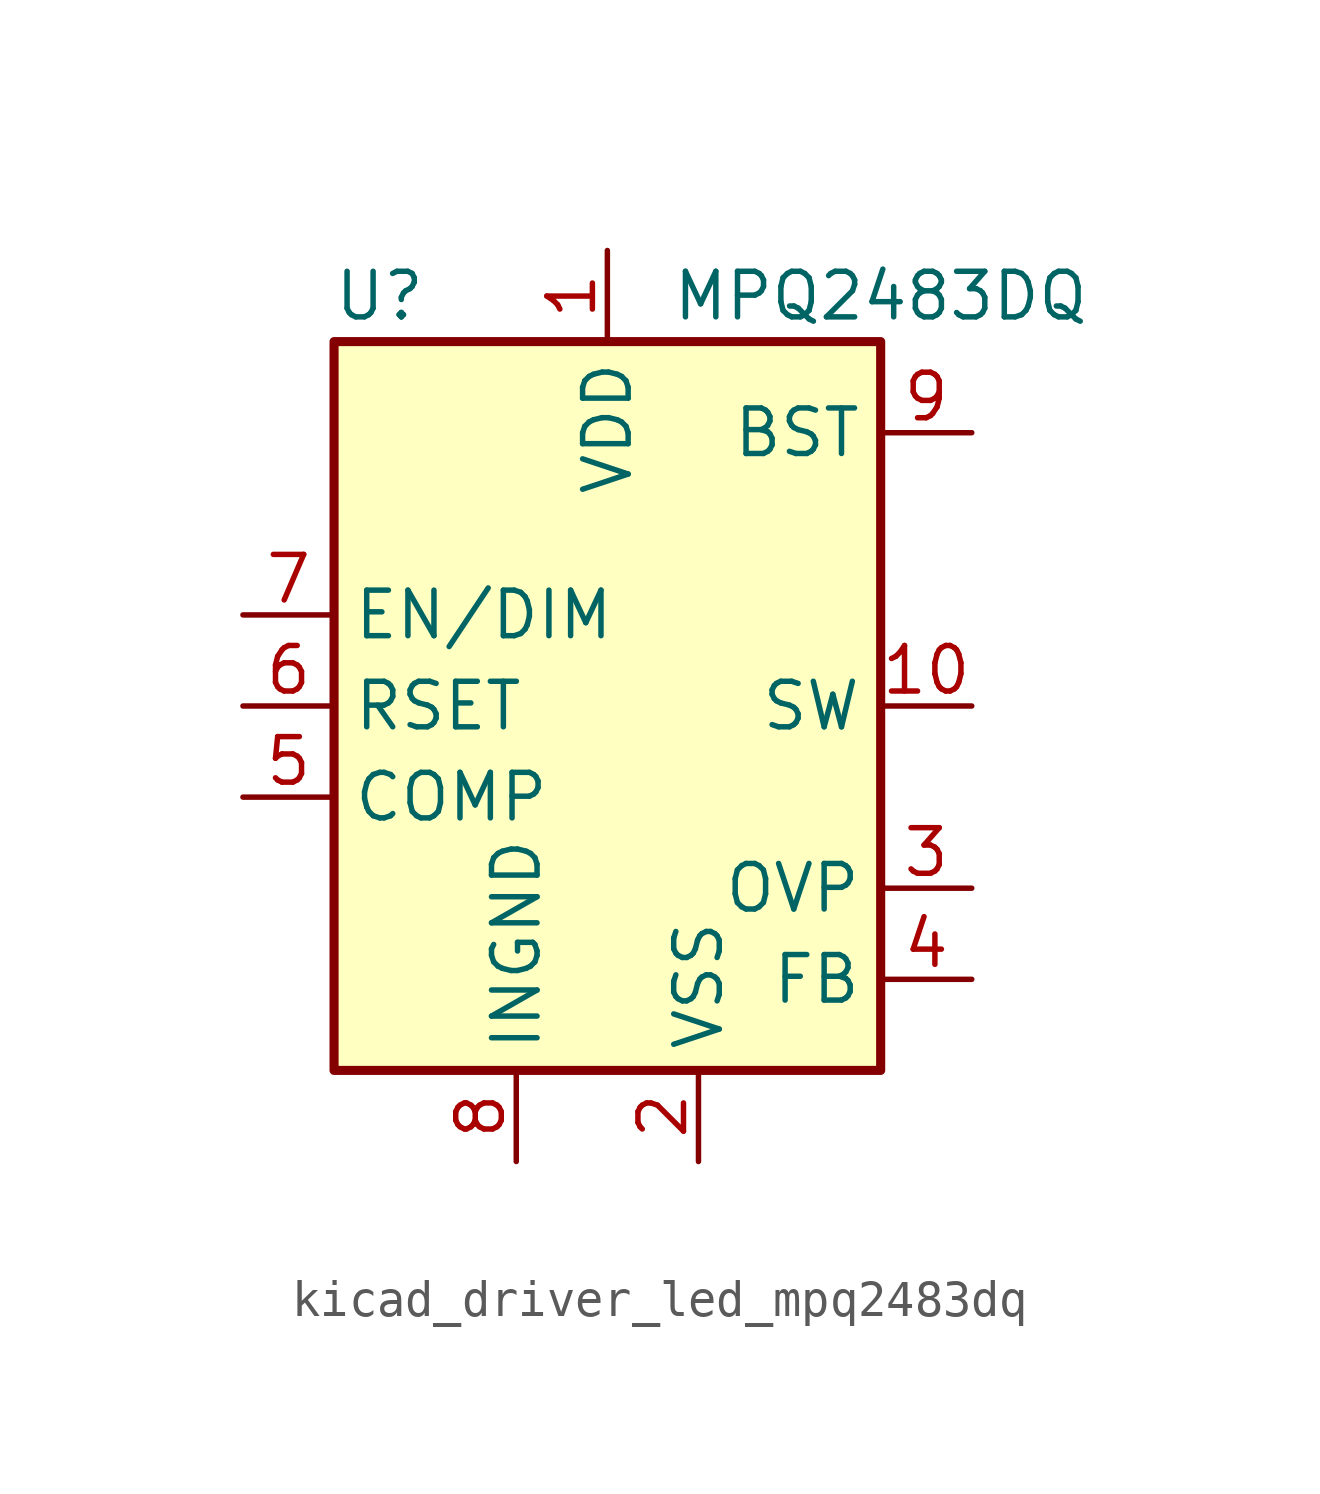
<source format=kicad_sym>
(kicad_symbol_lib
  (version 20220914)
  (generator kicad_symbol_editor)
  (symbol "kicad_driver_led_mpq2483dq"
    (property "Reference" "U"
      (at -6.35 11.43 0)
      (effects (font (size 1.27 1.27))))
    (property "Value" "MPQ2483DQ"
      (at 7.62 11.43 0)
      (effects (font (size 1.27 1.27))))
    (symbol "kicad_driver_led_mpq2483dq_0_1"
      (rectangle (start -7.62 10.16) (end 7.62 -10.16) (stroke (width 0.254) (type default)) (fill (type background))))
    (symbol "kicad_driver_led_mpq2483dq_1_1"
      (pin power_in line (at 0 12.7 270) (length 2.54) (name "VDD" (effects (font (size 1.27 1.27)))) (number "1" (effects (font (size 1.27 1.27)))))
      (pin output line (at 10.16 0 180) (length 2.54) (name "SW" (effects (font (size 1.27 1.27)))) (number "10" (effects (font (size 1.27 1.27)))))
      (pin passive line (at 2.54 -12.7 90) (length 2.54) hide (name "VSS" (effects (font (size 1.27 1.27)))) (number "11" (effects (font (size 1.27 1.27)))))
      (pin power_in line (at 2.54 -12.7 90) (length 2.54) (name "VSS" (effects (font (size 1.27 1.27)))) (number "2" (effects (font (size 1.27 1.27)))))
      (pin input line (at 10.16 -5.08 180) (length 2.54) (name "OVP" (effects (font (size 1.27 1.27)))) (number "3" (effects (font (size 1.27 1.27)))))
      (pin input line (at 10.16 -7.62 180) (length 2.54) (name "FB" (effects (font (size 1.27 1.27)))) (number "4" (effects (font (size 1.27 1.27)))))
      (pin input line (at -10.16 -2.54 0) (length 2.54) (name "COMP" (effects (font (size 1.27 1.27)))) (number "5" (effects (font (size 1.27 1.27)))))
      (pin input line (at -10.16 0 0) (length 2.54) (name "RSET" (effects (font (size 1.27 1.27)))) (number "6" (effects (font (size 1.27 1.27)))))
      (pin input line (at -10.16 2.54 0) (length 2.54) (name "EN/DIM" (effects (font (size 1.27 1.27)))) (number "7" (effects (font (size 1.27 1.27)))))
      (pin power_in line (at -2.54 -12.7 90) (length 2.54) (name "INGND" (effects (font (size 1.27 1.27)))) (number "8" (effects (font (size 1.27 1.27)))))
      (pin output line (at 10.16 7.62 180) (length 2.54) (name "BST" (effects (font (size 1.27 1.27)))) (number "9" (effects (font (size 1.27 1.27))))))))
</source>
